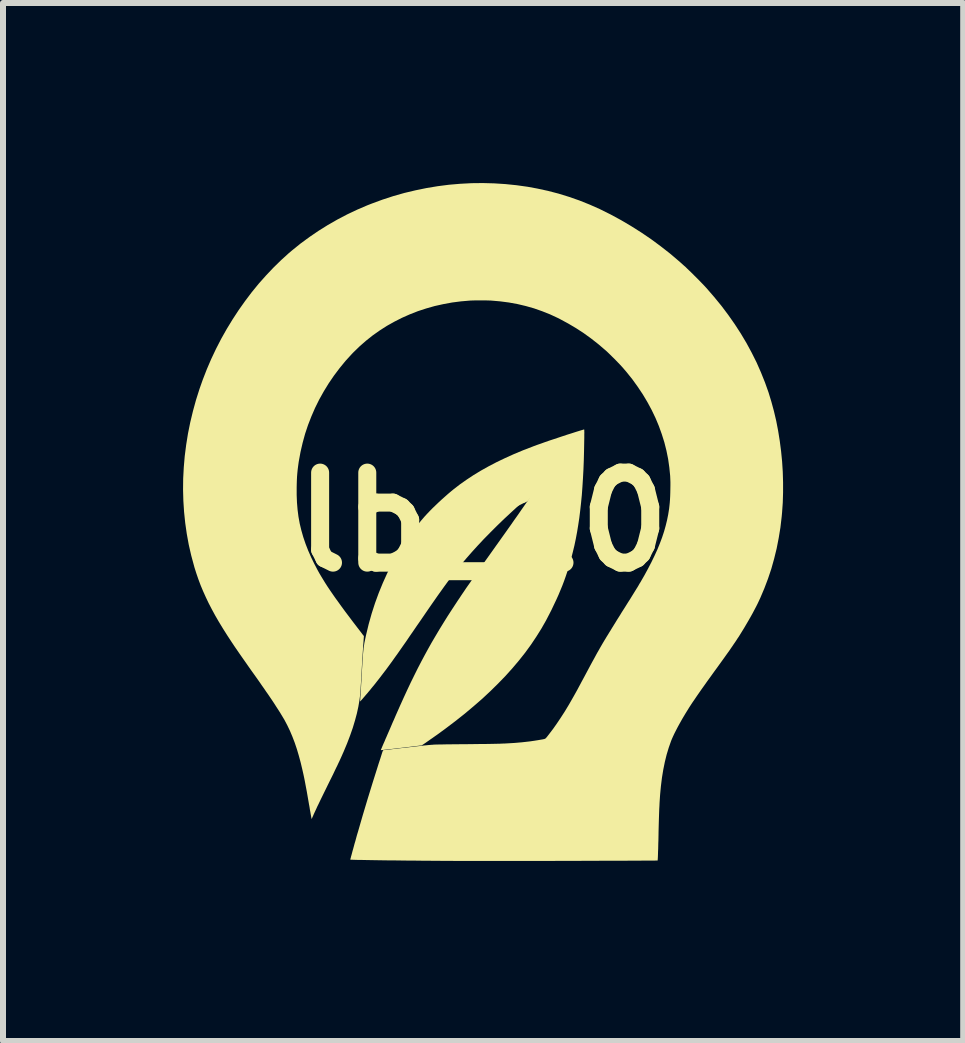
<source format=kicad_pcb>
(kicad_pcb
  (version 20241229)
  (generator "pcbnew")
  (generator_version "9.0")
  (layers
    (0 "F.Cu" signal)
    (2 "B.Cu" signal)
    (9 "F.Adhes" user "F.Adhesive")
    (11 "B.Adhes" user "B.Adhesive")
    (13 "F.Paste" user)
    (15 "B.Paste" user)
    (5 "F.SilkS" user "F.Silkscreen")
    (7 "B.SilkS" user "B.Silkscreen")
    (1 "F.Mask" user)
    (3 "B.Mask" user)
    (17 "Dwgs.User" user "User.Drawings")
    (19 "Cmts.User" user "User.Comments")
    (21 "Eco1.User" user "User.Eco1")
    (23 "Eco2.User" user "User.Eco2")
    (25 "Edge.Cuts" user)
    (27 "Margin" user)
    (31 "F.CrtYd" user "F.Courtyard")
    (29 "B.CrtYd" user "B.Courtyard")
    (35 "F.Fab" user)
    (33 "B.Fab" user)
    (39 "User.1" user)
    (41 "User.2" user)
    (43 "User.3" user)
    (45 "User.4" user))
  (footprint "lb_10"
    (layer "F.Cu")
    (at 4.998 5.646)
    (property "Reference" "lb_10" (at 0 0 0) (layer "F.SilkS") (effects (font (size 1.5 1.5) (thickness 0.3))))
    (attr board_only exclude_from_pos_files exclude_from_bom)
    (fp_poly (pts (xy 1.684 -1.541) (xy 1.685 -1.539) (xy 1.686 -1.535) (xy 1.687 -1.528) (xy 1.687 -1.518) (xy 1.687 -1.504) (xy 1.688 -1.486) (xy 1.687 -1.463) (xy 1.687 -1.434) (xy 1.687 -1.399) (xy 1.686 -1.357) (xy 1.686 -1.355) (xy 1.683 -1.188) (xy 1.679 -1.028) (xy 1.673 -0.874) (xy 1.665 -0.727) (xy 1.656 -0.585) (xy 1.646 -0.448) (xy 1.633 -0.317) (xy 1.619 -0.19) (xy 1.604 -0.067) (xy 1.586 0.052) (xy 1.567 0.168) (xy 1.546 0.28) (xy 1.523 0.39) (xy 1.497 0.498) (xy 1.47 0.604) (xy 1.447 0.687) (xy 1.424 0.765) (xy 1.4 0.841) (xy 1.375 0.915) (xy 1.349 0.988) (xy 1.321 1.062) (xy 1.29 1.137) (xy 1.258 1.214) (xy 1.222 1.294) (xy 1.182 1.378) (xy 1.14 1.467) (xy 1.12 1.506) (xy 1.049 1.643) (xy 0.972 1.778) (xy 0.888 1.912) (xy 0.799 2.045) (xy 0.703 2.177) (xy 0.6 2.307) (xy 0.491 2.436) (xy 0.375 2.565) (xy 0.252 2.692) (xy 0.123 2.819) (xy -0.013 2.946) (xy -0.157 3.071) (xy -0.307 3.197) (xy -0.465 3.322) (xy -0.63 3.447) (xy -0.767 3.547) (xy -0.793 3.565) (xy -0.82 3.584) (xy -0.848 3.604) (xy -0.876 3.623) (xy -0.904 3.643) (xy -0.93 3.661) (xy -0.954 3.678) (xy -0.976 3.693) (xy -0.994 3.705) (xy -1.009 3.715) (xy -1.018 3.721) (xy -1.022 3.723) (xy -1.026 3.724) (xy -1.037 3.725) (xy -1.054 3.727) (xy -1.077 3.73) (xy -1.104 3.733) (xy -1.135 3.737) (xy -1.17 3.741) (xy -1.208 3.746) (xy -1.249 3.751) (xy -1.291 3.756) (xy -1.334 3.761) (xy -1.377 3.766) (xy -1.42 3.771) (xy -1.463 3.776) (xy -1.504 3.781) (xy -1.542 3.785) (xy -1.578 3.789) (xy -1.611 3.793) (xy -1.639 3.796) (xy -1.663 3.799) (xy -1.682 3.801) (xy -1.694 3.802) (xy -1.7 3.803) (xy -1.7 3.803) (xy -1.702 3.8) (xy -1.701 3.797) (xy -1.7 3.792) (xy -1.695 3.781) (xy -1.688 3.765) (xy -1.679 3.743) (xy -1.668 3.717) (xy -1.655 3.687) (xy -1.64 3.654) (xy -1.625 3.617) (xy -1.608 3.579) (xy -1.591 3.539) (xy -1.573 3.498) (xy -1.555 3.457) (xy -1.537 3.415) (xy -1.52 3.375) (xy -1.503 3.335) (xy -1.486 3.298) (xy -1.471 3.263) (xy -1.457 3.23) (xy -1.445 3.203) (xy -1.383 3.063) (xy -1.323 2.93) (xy -1.264 2.802) (xy -1.206 2.679) (xy -1.148 2.561) (xy -1.091 2.446) (xy -1.033 2.334) (xy -0.975 2.225) (xy -0.916 2.117) (xy -0.856 2.01) (xy -0.793 1.903) (xy -0.729 1.795) (xy -0.662 1.686) (xy -0.593 1.575) (xy -0.52 1.462) (xy -0.445 1.348) (xy -0.419 1.308) (xy -0.392 1.269) (xy -0.366 1.229) (xy -0.339 1.189) (xy -0.311 1.148) (xy -0.283 1.106) (xy -0.253 1.063) (xy -0.221 1.018) (xy -0.188 0.97) (xy -0.153 0.92) (xy -0.116 0.867) (xy -0.076 0.81) (xy -0.034 0.75) (xy 0.012 0.685) (xy 0.061 0.616) (xy 0.114 0.542) (xy 0.17 0.463) (xy 0.221 0.391) (xy 0.274 0.317) (xy 0.325 0.245) (xy 0.375 0.175) (xy 0.423 0.107) (xy 0.47 0.041) (xy 0.514 -0.023) (xy 0.557 -0.083) (xy 0.597 -0.14) (xy 0.634 -0.194) (xy 0.669 -0.244) (xy 0.701 -0.29) (xy 0.73 -0.332) (xy 0.756 -0.37) (xy 0.778 -0.403) (xy 0.797 -0.431) (xy 0.812 -0.453) (xy 0.822 -0.47) (xy 0.829 -0.481) (xy 0.83 -0.482) (xy 0.83 -0.483) (xy 0.829 -0.483) (xy 0.826 -0.481) (xy 0.82 -0.476) (xy 0.812 -0.469) (xy 0.8 -0.458) (xy 0.784 -0.444) (xy 0.763 -0.426) (xy 0.747 -0.412) (xy 0.609 -0.288) (xy 0.477 -0.167) (xy 0.351 -0.05) (xy 0.232 0.065) (xy 0.119 0.178) (xy 0.011 0.288) (xy -0.091 0.397) (xy -0.188 0.504) (xy -0.28 0.609) (xy -0.367 0.712) (xy -0.371 0.717) (xy -0.4 0.753) (xy -0.429 0.789) (xy -0.459 0.827) (xy -0.488 0.865) (xy -0.519 0.904) (xy -0.55 0.945) (xy -0.582 0.988) (xy -0.615 1.033) (xy -0.65 1.081) (xy -0.687 1.133) (xy -0.726 1.187) (xy -0.767 1.245) (xy -0.81 1.307) (xy -0.857 1.374) (xy -0.906 1.445) (xy -0.959 1.522) (xy -1.015 1.604) (xy -1.075 1.691) (xy -1.101 1.728) (xy -1.163 1.819) (xy -1.222 1.904) (xy -1.276 1.984) (xy -1.328 2.058) (xy -1.377 2.128) (xy -1.423 2.194) (xy -1.467 2.255) (xy -1.508 2.313) (xy -1.548 2.368) (xy -1.586 2.42) (xy -1.623 2.47) (xy -1.66 2.518) (xy -1.695 2.564) (xy -1.73 2.61) (xy -1.765 2.654) (xy -1.799 2.698) (xy -1.835 2.742) (xy -1.838 2.745) (xy -1.86 2.772) (xy -1.882 2.8) (xy -1.906 2.828) (xy -1.928 2.855) (xy -1.951 2.881) (xy -1.972 2.906) (xy -1.992 2.929) (xy -2.009 2.949) (xy -2.024 2.966) (xy -2.035 2.978) (xy -2.043 2.987) (xy -2.047 2.99) (xy -2.047 2.99) (xy -2.048 2.986) (xy -2.047 2.976) (xy -2.046 2.96) (xy -2.045 2.939) (xy -2.044 2.915) (xy -2.042 2.888) (xy -2.041 2.881) (xy -2.04 2.853) (xy -2.037 2.819) (xy -2.035 2.78) (xy -2.032 2.739) (xy -2.03 2.697) (xy -2.027 2.655) (xy -2.025 2.614) (xy -2.025 2.606) (xy -2.02 2.534) (xy -2.017 2.469) (xy -2.013 2.41) (xy -2.01 2.357) (xy -2.007 2.31) (xy -2.004 2.267) (xy -2.002 2.229) (xy -1.999 2.194) (xy -1.996 2.163) (xy -1.993 2.135) (xy -1.991 2.109) (xy -1.987 2.084) (xy -1.984 2.061) (xy -1.98 2.038) (xy -1.977 2.016) (xy -1.972 1.993) (xy -1.967 1.97) (xy -1.962 1.945) (xy -1.956 1.918) (xy -1.95 1.889) (xy -1.906 1.706) (xy -1.856 1.528) (xy -1.8 1.354) (xy -1.738 1.184) (xy -1.67 1.018) (xy -1.597 0.856) (xy -1.518 0.699) (xy -1.433 0.547) (xy -1.343 0.399) (xy -1.246 0.256) (xy -1.145 0.118) (xy -1.038 -0.015) (xy -0.969 -0.095) (xy -0.932 -0.135) (xy -0.89 -0.179) (xy -0.844 -0.226) (xy -0.794 -0.274) (xy -0.743 -0.323) (xy -0.69 -0.372) (xy -0.636 -0.42) (xy -0.583 -0.467) (xy -0.532 -0.51) (xy -0.488 -0.546) (xy -0.383 -0.627) (xy -0.272 -0.705) (xy -0.157 -0.781) (xy -0.035 -0.855) (xy 0.092 -0.926) (xy 0.226 -0.996) (xy 0.366 -1.063) (xy 0.512 -1.129) (xy 0.665 -1.193) (xy 0.826 -1.255) (xy 0.851 -1.265) (xy 0.906 -1.285) (xy 0.967 -1.306) (xy 1.033 -1.33) (xy 1.102 -1.354) (xy 1.175 -1.378) (xy 1.25 -1.403) (xy 1.325 -1.428) (xy 1.4 -1.453) (xy 1.474 -1.476) (xy 1.545 -1.499) (xy 1.613 -1.52) (xy 1.676 -1.539) (xy 1.681 -1.541) (xy 1.683 -1.541)) (stroke (width 0) (type solid)) (fill yes) (layer "F.SilkS"))
    (fp_poly (pts (xy 0.185 -5.641) (xy 0.372 -5.629) (xy 0.558 -5.61) (xy 0.744 -5.584) (xy 0.901 -5.555) (xy 1.081 -5.516) (xy 1.258 -5.47) (xy 1.433 -5.416) (xy 1.605 -5.356) (xy 1.775 -5.288) (xy 1.942 -5.214) (xy 2.107 -5.132) (xy 2.123 -5.124) (xy 2.3 -5.028) (xy 2.471 -4.927) (xy 2.637 -4.822) (xy 2.799 -4.712) (xy 2.956 -4.596) (xy 3.111 -4.475) (xy 3.262 -4.347) (xy 3.354 -4.265) (xy 3.376 -4.246) (xy 3.401 -4.221) (xy 3.43 -4.193) (xy 3.462 -4.163) (xy 3.495 -4.13) (xy 3.529 -4.096) (xy 3.563 -4.062) (xy 3.597 -4.028) (xy 3.629 -3.995) (xy 3.658 -3.965) (xy 3.685 -3.937) (xy 3.707 -3.913) (xy 3.721 -3.898) (xy 3.85 -3.749) (xy 3.973 -3.599) (xy 4.087 -3.447) (xy 4.195 -3.293) (xy 4.296 -3.137) (xy 4.39 -2.979) (xy 4.477 -2.818) (xy 4.558 -2.656) (xy 4.631 -2.49) (xy 4.698 -2.323) (xy 4.757 -2.157) (xy 4.804 -2.003) (xy 4.847 -1.845) (xy 4.885 -1.683) (xy 4.917 -1.517) (xy 4.944 -1.348) (xy 4.966 -1.178) (xy 4.983 -1.006) (xy 4.994 -0.834) (xy 4.999 -0.661) (xy 4.999 -0.49) (xy 4.994 -0.32) (xy 4.982 -0.153) (xy 4.976 -0.089) (xy 4.955 0.092) (xy 4.926 0.269) (xy 4.892 0.443) (xy 4.85 0.614) (xy 4.803 0.782) (xy 4.748 0.946) (xy 4.687 1.107) (xy 4.62 1.265) (xy 4.578 1.355) (xy 4.553 1.405) (xy 4.524 1.46) (xy 4.493 1.519) (xy 4.459 1.58) (xy 4.423 1.643) (xy 4.386 1.706) (xy 4.349 1.769) (xy 4.312 1.829) (xy 4.277 1.886) (xy 4.258 1.916) (xy 4.238 1.945) (xy 4.219 1.975) (xy 4.199 2.005) (xy 4.178 2.035) (xy 4.156 2.068) (xy 4.133 2.101) (xy 4.108 2.138) (xy 4.08 2.177) (xy 4.05 2.219) (xy 4.018 2.264) (xy 3.982 2.314) (xy 3.943 2.368) (xy 3.9 2.428) (xy 3.853 2.492) (xy 3.843 2.506) (xy 3.787 2.584) (xy 3.734 2.657) (xy 3.686 2.725) (xy 3.641 2.788) (xy 3.6 2.847) (xy 3.561 2.903) (xy 3.526 2.955) (xy 3.492 3.004) (xy 3.461 3.051) (xy 3.432 3.096) (xy 3.405 3.14) (xy 3.378 3.183) (xy 3.353 3.225) (xy 3.328 3.267) (xy 3.314 3.291) (xy 3.278 3.355) (xy 3.245 3.415) (xy 3.215 3.473) (xy 3.188 3.526) (xy 3.165 3.575) (xy 3.146 3.618) (xy 3.133 3.65) (xy 3.094 3.761) (xy 3.059 3.877) (xy 3.029 3.999) (xy 3.003 4.127) (xy 2.981 4.261) (xy 2.964 4.4) (xy 2.958 4.461) (xy 2.954 4.504) (xy 2.95 4.548) (xy 2.947 4.591) (xy 2.944 4.636) (xy 2.941 4.682) (xy 2.939 4.73) (xy 2.936 4.78) (xy 2.934 4.835) (xy 2.932 4.893) (xy 2.93 4.956) (xy 2.928 5.025) (xy 2.926 5.099) (xy 2.924 5.181) (xy 2.924 5.194) (xy 2.923 5.249) (xy 2.922 5.303) (xy 2.92 5.354) (xy 2.919 5.403) (xy 2.918 5.448) (xy 2.916 5.489) (xy 2.915 5.526) (xy 2.914 5.558) (xy 2.913 5.585) (xy 2.912 5.605) (xy 2.911 5.618) (xy 2.911 5.619) (xy 2.909 5.642) (xy 2.29 5.645) (xy 2.152 5.645) (xy 2.012 5.645) (xy 1.872 5.646) (xy 1.731 5.646) (xy 1.59 5.647) (xy 1.45 5.647) (xy 1.309 5.647) (xy 1.17 5.648) (xy 1.032 5.648) (xy 0.896 5.648) (xy 0.761 5.648) (xy 0.629 5.648) (xy 0.5 5.648) (xy 0.374 5.648) (xy 0.252 5.648) (xy 0.133 5.648) (xy 0.018 5.648) (xy -0.092 5.648) (xy -0.196 5.648) (xy -0.296 5.648) (xy -0.39 5.648) (xy -0.478 5.648) (xy -0.559 5.647) (xy -0.634 5.647) (xy -0.685 5.647) (xy -0.758 5.646) (xy -0.833 5.646) (xy -0.908 5.645) (xy -0.985 5.645) (xy -1.063 5.644) (xy -1.141 5.643) (xy -1.218 5.643) (xy -1.296 5.642) (xy -1.373 5.641) (xy -1.448 5.64) (xy -1.522 5.639) (xy -1.594 5.639) (xy -1.664 5.638) (xy -1.732 5.637) (xy -1.796 5.636) (xy -1.857 5.635) (xy -1.915 5.634) (xy -1.968 5.633) (xy -2.018 5.632) (xy -2.062 5.632) (xy -2.101 5.631) (xy -2.135 5.63) (xy -2.164 5.629) (xy -2.186 5.628) (xy -2.201 5.628) (xy -2.21 5.627) (xy -2.212 5.627) (xy -2.211 5.623) (xy -2.209 5.612) (xy -2.204 5.596) (xy -2.199 5.574) (xy -2.191 5.547) (xy -2.183 5.517) (xy -2.174 5.482) (xy -2.163 5.444) (xy -2.152 5.404) (xy -2.141 5.362) (xy -2.128 5.319) (xy -2.116 5.275) (xy -2.104 5.23) (xy -2.091 5.186) (xy -2.085 5.167) (xy -2.005 4.89) (xy -1.922 4.613) (xy -1.836 4.334) (xy -1.747 4.052) (xy -1.741 4.032) (xy -1.73 3.999) (xy -1.719 3.966) (xy -1.709 3.935) (xy -1.7 3.906) (xy -1.692 3.881) (xy -1.686 3.861) (xy -1.681 3.847) (xy -1.681 3.845) (xy -1.674 3.826) (xy -1.669 3.812) (xy -1.664 3.804) (xy -1.662 3.803) (xy -1.658 3.803) (xy -1.647 3.801) (xy -1.629 3.799) (xy -1.606 3.797) (xy -1.577 3.793) (xy -1.543 3.79) (xy -1.505 3.785) (xy -1.462 3.78) (xy -1.417 3.775) (xy -1.368 3.769) (xy -1.317 3.763) (xy -1.275 3.759) (xy -1.209 3.751) (xy -1.15 3.744) (xy -1.098 3.738) (xy -1.051 3.733) (xy -1.01 3.728) (xy -0.974 3.724) (xy -0.941 3.721) (xy -0.913 3.718) (xy -0.888 3.716) (xy -0.866 3.714) (xy -0.845 3.713) (xy -0.827 3.711) (xy -0.81 3.71) (xy -0.801 3.71) (xy -0.785 3.709) (xy -0.762 3.709) (xy -0.734 3.708) (xy -0.699 3.708) (xy -0.659 3.707) (xy -0.615 3.706) (xy -0.567 3.706) (xy -0.516 3.705) (xy -0.462 3.704) (xy -0.405 3.704) (xy -0.347 3.703) (xy -0.289 3.703) (xy -0.264 3.703) (xy -0.181 3.702) (xy -0.104 3.701) (xy -0.033 3.7) (xy 0.032 3.7) (xy 0.091 3.699) (xy 0.145 3.698) (xy 0.195 3.697) (xy 0.241 3.696) (xy 0.284 3.695) (xy 0.323 3.693) (xy 0.361 3.692) (xy 0.396 3.69) (xy 0.43 3.688) (xy 0.464 3.686) (xy 0.497 3.684) (xy 0.53 3.682) (xy 0.564 3.679) (xy 0.575 3.678) (xy 0.645 3.672) (xy 0.716 3.664) (xy 0.786 3.656) (xy 0.853 3.646) (xy 0.917 3.636) (xy 0.975 3.626) (xy 0.981 3.625) (xy 0.998 3.622) (xy 1.011 3.619) (xy 1.022 3.617) (xy 1.031 3.613) (xy 1.039 3.609) (xy 1.047 3.602) (xy 1.056 3.592) (xy 1.067 3.579) (xy 1.08 3.562) (xy 1.098 3.539) (xy 1.104 3.531) (xy 1.168 3.447) (xy 1.232 3.356) (xy 1.297 3.259) (xy 1.364 3.155) (xy 1.431 3.044) (xy 1.499 2.925) (xy 1.511 2.904) (xy 1.525 2.879) (xy 1.539 2.854) (xy 1.553 2.829) (xy 1.568 2.802) (xy 1.584 2.772) (xy 1.601 2.74) (xy 1.62 2.705) (xy 1.641 2.665) (xy 1.665 2.621) (xy 1.692 2.571) (xy 1.717 2.524) (xy 1.755 2.453) (xy 1.789 2.389) (xy 1.821 2.33) (xy 1.851 2.276) (xy 1.878 2.226) (xy 1.903 2.18) (xy 1.928 2.137) (xy 1.951 2.096) (xy 1.973 2.058) (xy 1.995 2.02) (xy 2.017 1.983) (xy 2.039 1.947) (xy 2.061 1.91) (xy 2.085 1.872) (xy 2.095 1.855) (xy 2.108 1.834) (xy 2.124 1.809) (xy 2.14 1.782) (xy 2.157 1.754) (xy 2.171 1.732) (xy 2.183 1.712) (xy 2.199 1.687) (xy 2.217 1.657) (xy 2.238 1.623) (xy 2.261 1.587) (xy 2.285 1.549) (xy 2.309 1.509) (xy 2.334 1.47) (xy 2.357 1.434) (xy 2.392 1.378) (xy 2.424 1.327) (xy 2.453 1.282) (xy 2.478 1.241) (xy 2.501 1.204) (xy 2.522 1.17) (xy 2.541 1.139) (xy 2.559 1.11) (xy 2.576 1.083) (xy 2.592 1.056) (xy 2.607 1.029) (xy 2.62 1.009) (xy 2.688 0.891) (xy 2.75 0.777) (xy 2.807 0.667) (xy 2.859 0.56) (xy 2.906 0.457) (xy 2.947 0.356) (xy 2.984 0.257) (xy 3.016 0.16) (xy 3.043 0.064) (xy 3.066 -0.03) (xy 3.085 -0.124) (xy 3.1 -0.218) (xy 3.106 -0.27) (xy 3.111 -0.318) (xy 3.115 -0.371) (xy 3.118 -0.428) (xy 3.12 -0.488) (xy 3.121 -0.548) (xy 3.122 -0.608) (xy 3.122 -0.665) (xy 3.12 -0.718) (xy 3.118 -0.765) (xy 3.118 -0.766) (xy 3.104 -0.907) (xy 3.084 -1.048) (xy 3.056 -1.187) (xy 3.021 -1.326) (xy 2.978 -1.463) (xy 2.929 -1.599) (xy 2.873 -1.733) (xy 2.809 -1.866) (xy 2.739 -1.996) (xy 2.662 -2.125) (xy 2.578 -2.251) (xy 2.488 -2.376) (xy 2.391 -2.497) (xy 2.325 -2.574) (xy 2.304 -2.597) (xy 2.279 -2.624) (xy 2.25 -2.654) (xy 2.219 -2.686) (xy 2.187 -2.719) (xy 2.154 -2.751) (xy 2.123 -2.782) (xy 2.093 -2.811) (xy 2.066 -2.837) (xy 2.043 -2.858) (xy 2.041 -2.859) (xy 1.922 -2.961) (xy 1.801 -3.056) (xy 1.678 -3.145) (xy 1.552 -3.227) (xy 1.422 -3.304) (xy 1.289 -3.376) (xy 1.244 -3.399) (xy 1.115 -3.459) (xy 0.984 -3.511) (xy 0.85 -3.558) (xy 0.713 -3.597) (xy 0.574 -3.63) (xy 0.431 -3.656) (xy 0.285 -3.675) (xy 0.136 -3.688) (xy 0.109 -3.689) (xy 0.076 -3.69) (xy 0.039 -3.691) (xy -0.001 -3.691) (xy -0.043 -3.691) (xy -0.084 -3.691) (xy -0.124 -3.691) (xy -0.161 -3.69) (xy -0.194 -3.689) (xy -0.216 -3.688) (xy -0.367 -3.675) (xy -0.515 -3.656) (xy -0.661 -3.629) (xy -0.805 -3.597) (xy -0.946 -3.557) (xy -1.084 -3.512) (xy -1.219 -3.459) (xy -1.35 -3.401) (xy -1.478 -3.336) (xy -1.603 -3.266) (xy -1.723 -3.189) (xy -1.839 -3.107) (xy -1.951 -3.018) (xy -2.058 -2.924) (xy -2.16 -2.825) (xy -2.185 -2.799) (xy -2.291 -2.683) (xy -2.39 -2.562) (xy -2.484 -2.437) (xy -2.572 -2.308) (xy -2.653 -2.176) (xy -2.729 -2.04) (xy -2.798 -1.901) (xy -2.86 -1.758) (xy -2.916 -1.614) (xy -2.965 -1.467) (xy -3.006 -1.317) (xy -3.041 -1.166) (xy -3.069 -1.013) (xy -3.071 -1.002) (xy -3.08 -0.937) (xy -3.088 -0.875) (xy -3.094 -0.815) (xy -3.099 -0.755) (xy -3.102 -0.692) (xy -3.104 -0.625) (xy -3.105 -0.577) (xy -3.105 -0.448) (xy -3.1 -0.323) (xy -3.09 -0.203) (xy -3.075 -0.086) (xy -3.054 0.029) (xy -3.027 0.141) (xy -2.995 0.253) (xy -2.957 0.365) (xy -2.913 0.478) (xy -2.863 0.592) (xy -2.84 0.639) (xy -2.814 0.693) (xy -2.786 0.746) (xy -2.758 0.8) (xy -2.728 0.854) (xy -2.696 0.908) (xy -2.662 0.964) (xy -2.627 1.021) (xy -2.589 1.08) (xy -2.548 1.141) (xy -2.504 1.205) (xy -2.458 1.271) (xy -2.407 1.341) (xy -2.354 1.415) (xy -2.296 1.494) (xy -2.234 1.576) (xy -2.168 1.664) (xy -2.114 1.734) (xy -2.092 1.763) (xy -2.071 1.79) (xy -2.051 1.816) (xy -2.034 1.838) (xy -2.019 1.858) (xy -2.008 1.873) (xy -1.999 1.884) (xy -1.995 1.889) (xy -1.985 1.902) (xy -1.994 2.03) (xy -1.997 2.064) (xy -1.999 2.103) (xy -2.002 2.146) (xy -2.005 2.191) (xy -2.008 2.237) (xy -2.011 2.281) (xy -2.013 2.322) (xy -2.013 2.324) (xy -2.018 2.4) (xy -2.022 2.469) (xy -2.025 2.532) (xy -2.028 2.588) (xy -2.032 2.638) (xy -2.034 2.683) (xy -2.037 2.723) (xy -2.039 2.759) (xy -2.041 2.791) (xy -2.043 2.819) (xy -2.045 2.843) (xy -2.047 2.865) (xy -2.049 2.885) (xy -2.05 2.902) (xy -2.052 2.918) (xy -2.054 2.933) (xy -2.056 2.947) (xy -2.058 2.961) (xy -2.058 2.965) (xy -2.077 3.076) (xy -2.102 3.191) (xy -2.134 3.31) (xy -2.171 3.433) (xy -2.215 3.559) (xy -2.265 3.69) (xy -2.311 3.8) (xy -2.324 3.831) (xy -2.338 3.862) (xy -2.351 3.892) (xy -2.365 3.923) (xy -2.379 3.954) (xy -2.394 3.987) (xy -2.411 4.022) (xy -2.428 4.059) (xy -2.448 4.099) (xy -2.469 4.143) (xy -2.492 4.192) (xy -2.518 4.245) (xy -2.547 4.303) (xy -2.579 4.368) (xy -2.585 4.38) (xy -2.618 4.448) (xy -2.648 4.509) (xy -2.675 4.564) (xy -2.7 4.615) (xy -2.722 4.661) (xy -2.742 4.703) (xy -2.761 4.741) (xy -2.777 4.777) (xy -2.793 4.811) (xy -2.808 4.843) (xy -2.822 4.874) (xy -2.827 4.886) (xy -2.856 4.951) (xy -2.864 4.909) (xy -2.866 4.896) (xy -2.87 4.876) (xy -2.874 4.852) (xy -2.879 4.823) (xy -2.885 4.791) (xy -2.89 4.758) (xy -2.896 4.723) (xy -2.898 4.714) (xy -2.912 4.633) (xy -2.925 4.558) (xy -2.937 4.489) (xy -2.949 4.426) (xy -2.96 4.368) (xy -2.97 4.314) (xy -2.98 4.264) (xy -2.99 4.217) (xy -3 4.172) (xy -3.01 4.128) (xy -3.02 4.086) (xy -3.03 4.044) (xy -3.036 4.018) (xy -3.068 3.899) (xy -3.101 3.787) (xy -3.137 3.68) (xy -3.176 3.578) (xy -3.217 3.481) (xy -3.262 3.387) (xy -3.31 3.296) (xy -3.363 3.208) (xy -3.378 3.183) (xy -3.402 3.145) (xy -3.426 3.108) (xy -3.45 3.071) (xy -3.474 3.033) (xy -3.499 2.995) (xy -3.525 2.956) (xy -3.553 2.915) (xy -3.582 2.872) (xy -3.614 2.827) (xy -3.647 2.778) (xy -3.684 2.726) (xy -3.723 2.669) (xy -3.766 2.608) (xy -3.813 2.542) (xy -3.864 2.471) (xy -3.866 2.468) (xy -3.911 2.404) (xy -3.952 2.345) (xy -3.99 2.291) (xy -4.025 2.241) (xy -4.058 2.194) (xy -4.088 2.15) (xy -4.117 2.108) (xy -4.145 2.067) (xy -4.172 2.026) (xy -4.183 2.01) (xy -4.261 1.891) (xy -4.333 1.777) (xy -4.4 1.667) (xy -4.462 1.56) (xy -4.519 1.455) (xy -4.572 1.353) (xy -4.62 1.252) (xy -4.665 1.152) (xy -4.706 1.054) (xy -4.743 0.955) (xy -4.777 0.856) (xy -4.809 0.755) (xy -4.814 0.736) (xy -4.862 0.559) (xy -4.903 0.38) (xy -4.936 0.199) (xy -4.962 0.017) (xy -4.981 -0.167) (xy -4.993 -0.351) (xy -4.998 -0.537) (xy -4.996 -0.723) (xy -4.986 -0.91) (xy -4.97 -1.097) (xy -4.946 -1.285) (xy -4.916 -1.472) (xy -4.878 -1.66) (xy -4.833 -1.847) (xy -4.782 -2.033) (xy -4.723 -2.219) (xy -4.67 -2.369) (xy -4.602 -2.544) (xy -4.528 -2.716) (xy -4.448 -2.885) (xy -4.362 -3.052) (xy -4.27 -3.215) (xy -4.173 -3.374) (xy -4.071 -3.53) (xy -3.964 -3.681) (xy -3.853 -3.828) (xy -3.737 -3.97) (xy -3.616 -4.106) (xy -3.492 -4.237) (xy -3.364 -4.362) (xy -3.233 -4.481) (xy -3.177 -4.528) (xy -3.037 -4.641) (xy -2.891 -4.748) (xy -2.741 -4.85) (xy -2.586 -4.947) (xy -2.427 -5.038) (xy -2.263 -5.124) (xy -2.096 -5.203) (xy -1.926 -5.276) (xy -1.854 -5.304) (xy -1.675 -5.37) (xy -1.494 -5.429) (xy -1.311 -5.481) (xy -1.126 -5.525) (xy -0.941 -5.563) (xy -0.754 -5.594) (xy -0.567 -5.618) (xy -0.379 -5.634) (xy -0.191 -5.644) (xy -0.003 -5.646)) (stroke (width 0) (type solid)) (fill yes) (layer "F.SilkS")))
  (gr_rect
    (start -3 -3)
    (end 12.998 14.295)
    (stroke (width 0.1) (type default))
    (fill no)
    (layer "Edge.Cuts")))
</source>
